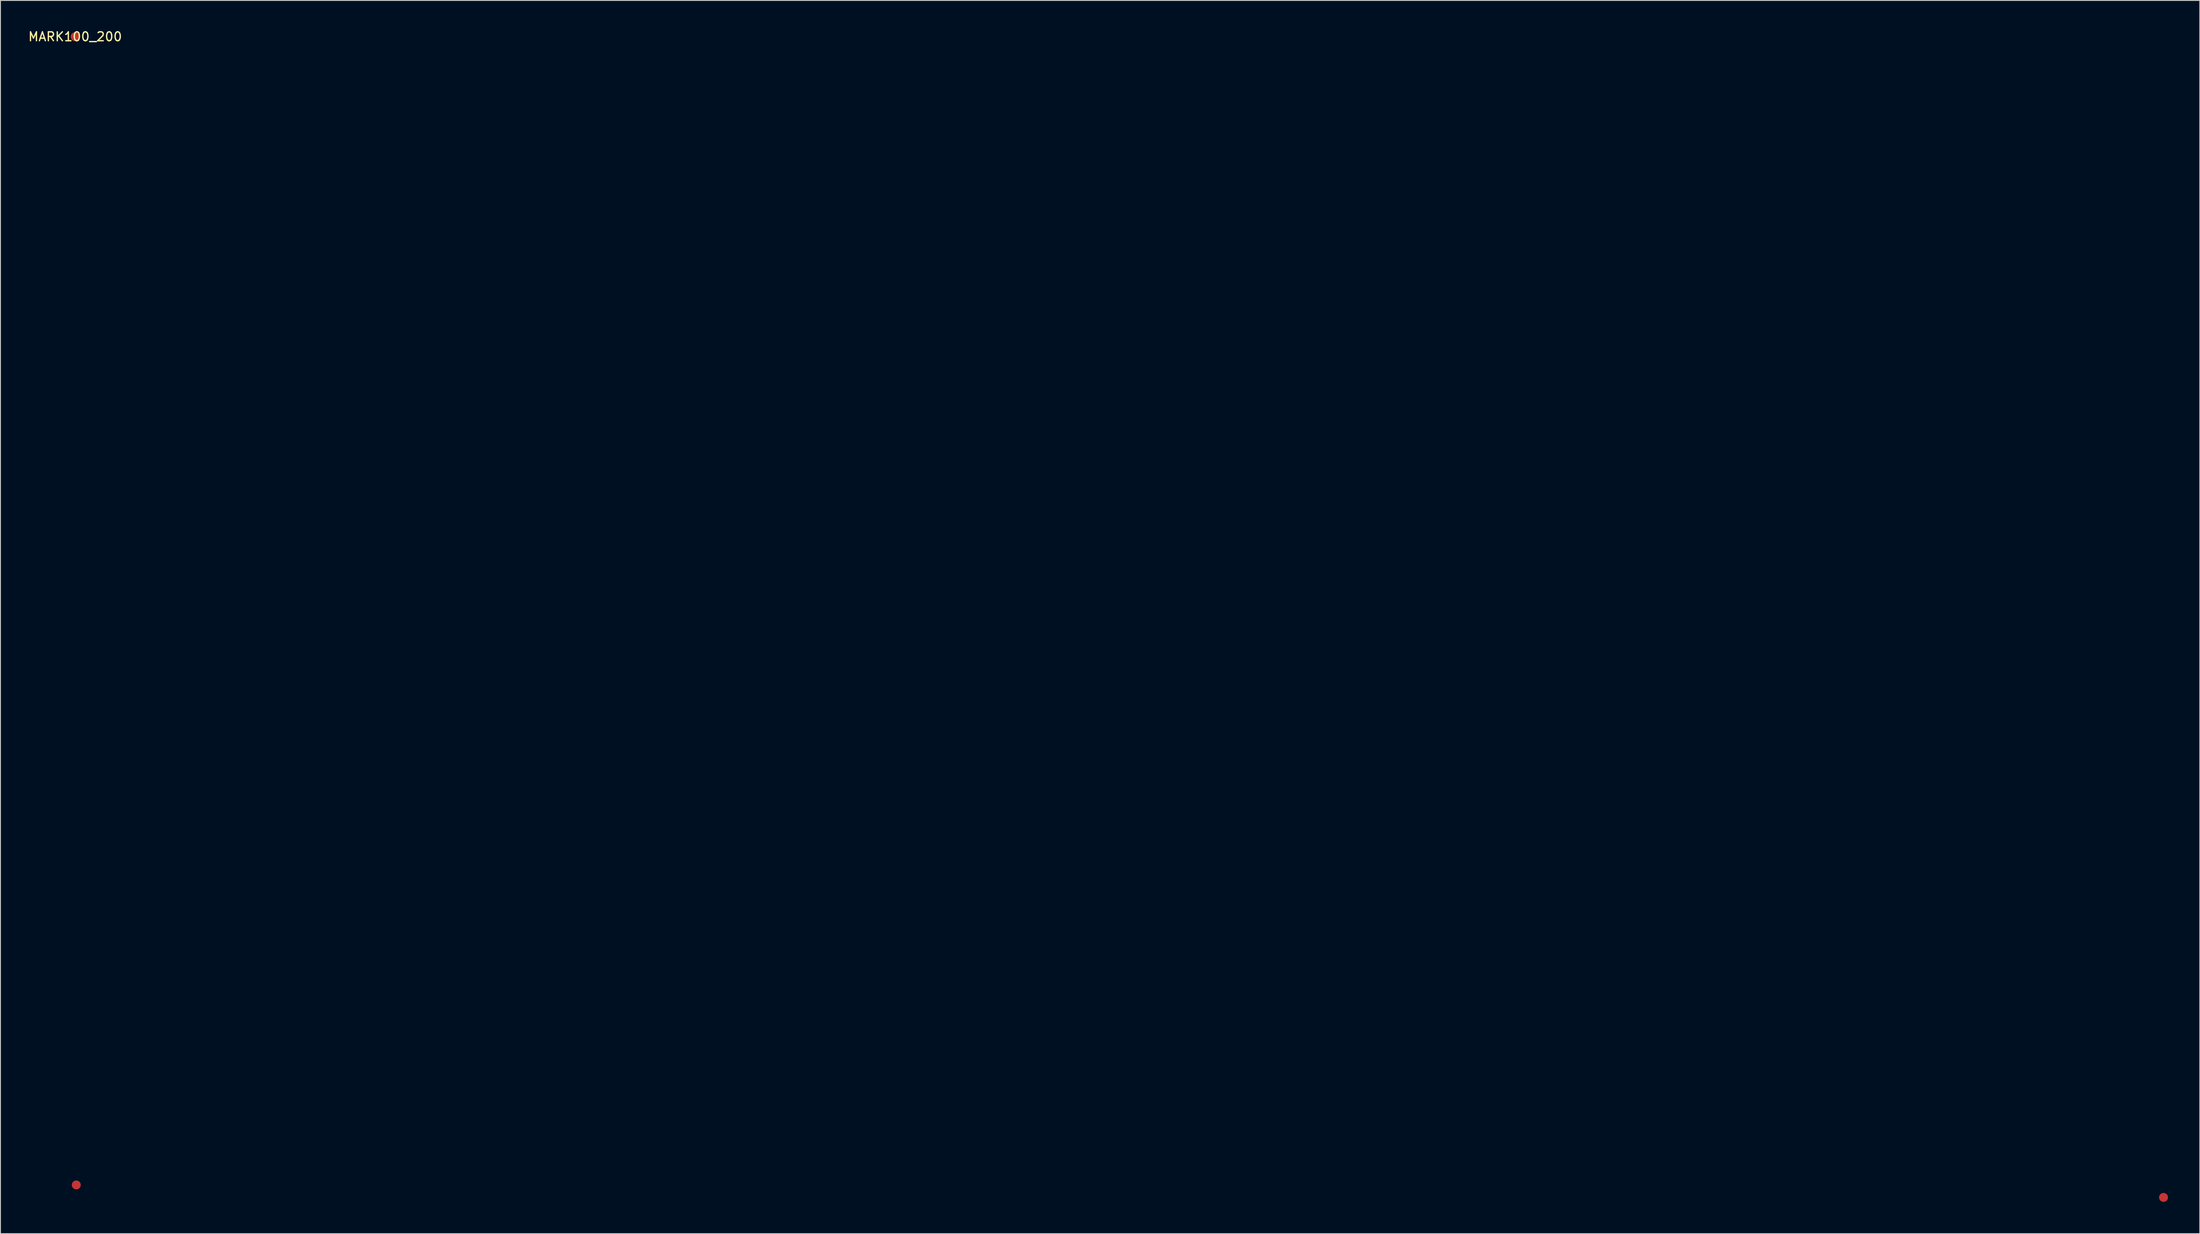
<source format=kicad_pcb>
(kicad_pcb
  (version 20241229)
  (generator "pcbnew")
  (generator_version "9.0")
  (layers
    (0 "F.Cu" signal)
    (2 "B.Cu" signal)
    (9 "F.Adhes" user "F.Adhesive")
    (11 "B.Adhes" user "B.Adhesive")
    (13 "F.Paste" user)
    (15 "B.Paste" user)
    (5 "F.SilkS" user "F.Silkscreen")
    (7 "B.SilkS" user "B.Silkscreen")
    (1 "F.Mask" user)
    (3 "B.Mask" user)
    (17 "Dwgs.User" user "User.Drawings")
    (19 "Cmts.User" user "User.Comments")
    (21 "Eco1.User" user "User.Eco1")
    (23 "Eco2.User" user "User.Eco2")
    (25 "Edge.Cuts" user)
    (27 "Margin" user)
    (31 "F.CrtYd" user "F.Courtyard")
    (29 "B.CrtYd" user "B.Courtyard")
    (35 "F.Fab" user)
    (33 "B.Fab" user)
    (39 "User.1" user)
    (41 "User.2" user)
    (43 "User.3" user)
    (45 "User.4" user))
  (footprint "MARK100_200"
    (layer "F.Cu")
    (at 5.363 1.058)
    (property "Reference" "MARK100_200" (at 0 0 0) (layer "F.SilkS") (effects (font (size 1 1) (thickness 0.15))))
    (fp_circle (center 0 0) (end 1 0) (stroke (width 0.025) (type default)) (fill no) (layer "User.1"))
    (fp_circle (center 0 0) (end 1 0) (stroke (width 0.025) (type default)) (fill no) (layer "User.1"))
    (fp_circle (center 0.127 128.651) (end 1.127 128.651) (stroke (width 0.025) (type default)) (fill no) (layer "User.1"))
    (fp_circle (center 0.127 128.651) (end 1.127 128.651) (stroke (width 0.025) (type default)) (fill no) (layer "User.1"))
    (fp_circle (center 233.807 130.048) (end 234.807 130.048) (stroke (width 0.025) (type default)) (fill no) (layer "User.1"))
    (fp_circle (center 233.807 130.048) (end 234.807 130.048) (stroke (width 0.025) (type default)) (fill no) (layer "User.1"))
    (fp_poly (pts (xy 1.008 0) (xy 0.975 -0.261) (xy 0.874 -0.504) (xy 0.713 -0.713) (xy 0.504 -0.874) (xy 0.261 -0.975) (xy 0 -1.008) (xy -0.261 -0.975) (xy -0.504 -0.874) (xy -0.713 -0.713) (xy -0.874 -0.504) (xy -0.975 -0.261) (xy -1.008 0) (xy -0.975 0.261) (xy -0.874 0.504) (xy -0.713 0.713) (xy -0.504 0.874) (xy -0.261 0.975) (xy 0 1.008) (xy 0.261 0.975) (xy 0.504 0.874) (xy 0.713 0.713) (xy 0.874 0.504) (xy 0.975 0.261)) (stroke (width 0.1) (type default)) (fill no) (layer "User.1"))
    (fp_poly (pts (xy 1.008 0) (xy 0.975 -0.261) (xy 0.874 -0.504) (xy 0.713 -0.713) (xy 0.504 -0.874) (xy 0.261 -0.975) (xy 0 -1.008) (xy -0.261 -0.975) (xy -0.504 -0.874) (xy -0.713 -0.713) (xy -0.874 -0.504) (xy -0.975 -0.261) (xy -1.008 0) (xy -0.975 0.261) (xy -0.874 0.504) (xy -0.713 0.713) (xy -0.504 0.874) (xy -0.261 0.975) (xy 0 1.008) (xy 0.261 0.975) (xy 0.504 0.874) (xy 0.713 0.713) (xy 0.874 0.504) (xy 0.975 0.261)) (stroke (width 0.1) (type default)) (fill no) (layer "User.1"))
    (fp_poly (pts (xy 1.008 0) (xy 0.975 -0.261) (xy 0.874 -0.504) (xy 0.713 -0.713) (xy 0.504 -0.874) (xy 0.261 -0.975) (xy 0 -1.008) (xy -0.261 -0.975) (xy -0.504 -0.874) (xy -0.713 -0.713) (xy -0.874 -0.504) (xy -0.975 -0.261) (xy -1.008 0) (xy -0.975 0.261) (xy -0.874 0.504) (xy -0.713 0.713) (xy -0.504 0.874) (xy -0.261 0.975) (xy 0 1.008) (xy 0.261 0.975) (xy 0.504 0.874) (xy 0.713 0.713) (xy 0.874 0.504) (xy 0.975 0.261)) (stroke (width 0.1) (type default)) (fill no) (layer "User.1"))
    (fp_poly (pts (xy 1.008 0) (xy 0.975 -0.261) (xy 0.874 -0.504) (xy 0.713 -0.713) (xy 0.504 -0.874) (xy 0.261 -0.975) (xy 0 -1.008) (xy -0.261 -0.975) (xy -0.504 -0.874) (xy -0.713 -0.713) (xy -0.874 -0.504) (xy -0.975 -0.261) (xy -1.008 0) (xy -0.975 0.261) (xy -0.874 0.504) (xy -0.713 0.713) (xy -0.504 0.874) (xy -0.261 0.975) (xy 0 1.008) (xy 0.261 0.975) (xy 0.504 0.874) (xy 0.713 0.713) (xy 0.874 0.504) (xy 0.975 0.261)) (stroke (width 0.1) (type default)) (fill no) (layer "User.1"))
    (fp_poly (pts (xy 1.135 128.651) (xy 1.101 128.39) (xy 1 128.147) (xy 0.84 127.938) (xy 0.631 127.778) (xy 0.388 127.677) (xy 0.127 127.642) (xy -0.134 127.677) (xy -0.378 127.778) (xy -0.586 127.938) (xy -0.747 128.147) (xy -0.848 128.39) (xy -0.881 128.651) (xy -0.848 128.912) (xy -0.747 129.155) (xy -0.586 129.364) (xy -0.378 129.524) (xy -0.134 129.625) (xy 0.127 129.66) (xy 0.388 129.625) (xy 0.631 129.524) (xy 0.84 129.364) (xy 1 129.155) (xy 1.101 128.912)) (stroke (width 0.1) (type default)) (fill no) (layer "User.1"))
    (fp_poly (pts (xy 1.135 128.651) (xy 1.101 128.39) (xy 1 128.147) (xy 0.84 127.938) (xy 0.631 127.778) (xy 0.388 127.677) (xy 0.127 127.642) (xy -0.134 127.677) (xy -0.378 127.778) (xy -0.586 127.938) (xy -0.747 128.147) (xy -0.848 128.39) (xy -0.881 128.651) (xy -0.848 128.912) (xy -0.747 129.155) (xy -0.586 129.364) (xy -0.378 129.524) (xy -0.134 129.625) (xy 0.127 129.66) (xy 0.388 129.625) (xy 0.631 129.524) (xy 0.84 129.364) (xy 1 129.155) (xy 1.101 128.912)) (stroke (width 0.1) (type default)) (fill no) (layer "User.1"))
    (fp_poly (pts (xy 1.135 128.651) (xy 1.101 128.39) (xy 1 128.147) (xy 0.84 127.938) (xy 0.631 127.778) (xy 0.388 127.677) (xy 0.127 127.642) (xy -0.134 127.677) (xy -0.378 127.778) (xy -0.586 127.938) (xy -0.747 128.147) (xy -0.848 128.39) (xy -0.881 128.651) (xy -0.848 128.912) (xy -0.747 129.155) (xy -0.586 129.364) (xy -0.378 129.524) (xy -0.134 129.625) (xy 0.127 129.66) (xy 0.388 129.625) (xy 0.631 129.524) (xy 0.84 129.364) (xy 1 129.155) (xy 1.101 128.912)) (stroke (width 0.1) (type default)) (fill no) (layer "User.1"))
    (fp_poly (pts (xy 1.135 128.651) (xy 1.101 128.39) (xy 1 128.147) (xy 0.84 127.938) (xy 0.631 127.778) (xy 0.388 127.677) (xy 0.127 127.642) (xy -0.134 127.677) (xy -0.378 127.778) (xy -0.586 127.938) (xy -0.747 128.147) (xy -0.848 128.39) (xy -0.881 128.651) (xy -0.848 128.912) (xy -0.747 129.155) (xy -0.586 129.364) (xy -0.378 129.524) (xy -0.134 129.625) (xy 0.127 129.66) (xy 0.388 129.625) (xy 0.631 129.524) (xy 0.84 129.364) (xy 1 129.155) (xy 1.101 128.912)) (stroke (width 0.1) (type default)) (fill no) (layer "User.1"))
    (fp_poly (pts (xy 234.815 130.048) (xy 234.781 129.787) (xy 234.68 129.543) (xy 234.52 129.335) (xy 234.311 129.174) (xy 234.068 129.073) (xy 233.807 129.04) (xy 233.546 129.073) (xy 233.303 129.174) (xy 233.094 129.335) (xy 232.934 129.543) (xy 232.833 129.787) (xy 232.798 130.048) (xy 232.833 130.309) (xy 232.934 130.553) (xy 233.094 130.761) (xy 233.303 130.922) (xy 233.546 131.023) (xy 233.807 131.056) (xy 234.068 131.023) (xy 234.311 130.922) (xy 234.52 130.761) (xy 234.68 130.553) (xy 234.781 130.309)) (stroke (width 0.1) (type default)) (fill no) (layer "User.1"))
    (fp_poly (pts (xy 234.815 130.048) (xy 234.781 129.787) (xy 234.68 129.543) (xy 234.52 129.335) (xy 234.311 129.174) (xy 234.068 129.073) (xy 233.807 129.04) (xy 233.546 129.073) (xy 233.303 129.174) (xy 233.094 129.335) (xy 232.934 129.543) (xy 232.833 129.787) (xy 232.798 130.048) (xy 232.833 130.309) (xy 232.934 130.553) (xy 233.094 130.761) (xy 233.303 130.922) (xy 233.546 131.023) (xy 233.807 131.056) (xy 234.068 131.023) (xy 234.311 130.922) (xy 234.52 130.761) (xy 234.68 130.553) (xy 234.781 130.309)) (stroke (width 0.1) (type default)) (fill no) (layer "User.1"))
    (fp_poly (pts (xy 234.815 130.048) (xy 234.781 129.787) (xy 234.68 129.543) (xy 234.52 129.335) (xy 234.311 129.174) (xy 234.068 129.073) (xy 233.807 129.04) (xy 233.546 129.073) (xy 233.303 129.174) (xy 233.094 129.335) (xy 232.934 129.543) (xy 232.833 129.787) (xy 232.798 130.048) (xy 232.833 130.309) (xy 232.934 130.553) (xy 233.094 130.761) (xy 233.303 130.922) (xy 233.546 131.023) (xy 233.807 131.056) (xy 234.068 131.023) (xy 234.311 130.922) (xy 234.52 130.761) (xy 234.68 130.553) (xy 234.781 130.309)) (stroke (width 0.1) (type default)) (fill no) (layer "User.1"))
    (fp_poly (pts (xy 234.815 130.048) (xy 234.781 129.787) (xy 234.68 129.543) (xy 234.52 129.335) (xy 234.311 129.174) (xy 234.068 129.073) (xy 233.807 129.04) (xy 233.546 129.073) (xy 233.303 129.174) (xy 233.094 129.335) (xy 232.934 129.543) (xy 232.833 129.787) (xy 232.798 130.048) (xy 232.833 130.309) (xy 232.934 130.553) (xy 233.094 130.761) (xy 233.303 130.922) (xy 233.546 131.023) (xy 233.807 131.056) (xy 234.068 131.023) (xy 234.311 130.922) (xy 234.52 130.761) (xy 234.68 130.553) (xy 234.781 130.309)) (stroke (width 0.1) (type default)) (fill no) (layer "User.1"))
    (pad "1" smd circle (at 0 0) (size 1 1) (layers "F.Cu" "F.Mask" "F.Paste"))
    (pad "1" smd circle (at 0.127 128.651) (size 1 1) (layers "F.Cu" "F.Mask" "F.Paste"))
    (pad "1" smd circle (at 233.807 130.048) (size 1 1) (layers "F.Cu" "F.Mask" "F.Paste"))
    (zone (net_name "") (layer "F.Cu") (hatch edge 0.5) (connect_pads) (min_thickness 0.25) (filled_areas_thickness no) (keepout (tracks not_allowed) (vias not_allowed) (pads not_allowed) (copperpour not_allowed) (footprints allowed)) (placement (enabled no)) (fill) (polygon (pts (xy 5.624 0.084) (xy 5.868 0.185) (xy 6.076 0.345) (xy 6.237 0.554) (xy 6.338 0.797) (xy 6.372 1.058) (xy 6.338 1.319) (xy 6.237 1.563) (xy 6.076 1.772) (xy 5.868 1.932) (xy 5.624 2.033) (xy 5.363 2.067) (xy 5.102 2.033) (xy 4.859 1.932) (xy 4.65 1.772) (xy 4.49 1.563) (xy 4.389 1.319) (xy 4.355 1.058) (xy 4.389 0.797) (xy 4.49 0.554) (xy 4.65 0.345) (xy 4.859 0.185) (xy 5.102 0.084) (xy 5.363 0.05))))
    (zone (net_name "") (layer "F.Cu") (hatch edge 0.5) (connect_pads) (min_thickness 0.25) (filled_areas_thickness no) (keepout (tracks not_allowed) (vias not_allowed) (pads not_allowed) (copperpour not_allowed) (footprints allowed)) (placement (enabled no)) (fill) (polygon (pts (xy 5.751 128.735) (xy 5.995 128.836) (xy 6.203 128.996) (xy 6.364 129.205) (xy 6.465 129.448) (xy 6.499 129.709) (xy 6.465 129.97) (xy 6.364 130.214) (xy 6.203 130.423) (xy 5.995 130.583) (xy 5.751 130.684) (xy 5.49 130.718) (xy 5.229 130.684) (xy 4.986 130.583) (xy 4.777 130.423) (xy 4.617 130.214) (xy 4.516 129.97) (xy 4.482 129.709) (xy 4.516 129.448) (xy 4.617 129.205) (xy 4.777 128.996) (xy 4.986 128.836) (xy 5.229 128.735) (xy 5.49 128.701))))
    (zone (net_name "") (layer "F.Cu") (hatch edge 0.5) (connect_pads) (min_thickness 0.25) (filled_areas_thickness no) (keepout (tracks not_allowed) (vias not_allowed) (pads not_allowed) (copperpour not_allowed) (footprints allowed)) (placement (enabled no)) (fill) (polygon (pts (xy 239.431 130.132) (xy 239.675 130.233) (xy 239.883 130.393) (xy 240.044 130.602) (xy 240.145 130.845) (xy 240.179 131.107) (xy 240.145 131.368) (xy 240.044 131.611) (xy 239.883 131.82) (xy 239.675 131.98) (xy 239.431 132.081) (xy 239.17 132.115) (xy 238.909 132.081) (xy 238.666 131.98) (xy 238.457 131.82) (xy 238.297 131.611) (xy 238.196 131.368) (xy 238.162 131.107) (xy 238.196 130.845) (xy 238.297 130.602) (xy 238.457 130.393) (xy 238.666 130.233) (xy 238.909 130.132) (xy 239.17 130.098))))
    (zone (net_name "") (layer "B.Cu") (hatch edge 0.5) (connect_pads) (min_thickness 0.25) (filled_areas_thickness no) (keepout (tracks not_allowed) (vias not_allowed) (pads not_allowed) (copperpour not_allowed) (footprints allowed)) (placement (enabled no)) (fill) (polygon (pts (xy 5.624 0.084) (xy 5.868 0.185) (xy 6.076 0.345) (xy 6.237 0.554) (xy 6.338 0.797) (xy 6.372 1.058) (xy 6.338 1.319) (xy 6.237 1.563) (xy 6.076 1.772) (xy 5.868 1.932) (xy 5.624 2.033) (xy 5.363 2.067) (xy 5.102 2.033) (xy 4.859 1.932) (xy 4.65 1.772) (xy 4.49 1.563) (xy 4.389 1.319) (xy 4.355 1.058) (xy 4.389 0.797) (xy 4.49 0.554) (xy 4.65 0.345) (xy 4.859 0.185) (xy 5.102 0.084) (xy 5.363 0.05))))
    (zone (net_name "") (layer "B.Cu") (hatch edge 0.5) (connect_pads) (min_thickness 0.25) (filled_areas_thickness no) (keepout (tracks not_allowed) (vias not_allowed) (pads not_allowed) (copperpour not_allowed) (footprints allowed)) (placement (enabled no)) (fill) (polygon (pts (xy 5.751 128.735) (xy 5.995 128.836) (xy 6.203 128.996) (xy 6.364 129.205) (xy 6.465 129.448) (xy 6.499 129.709) (xy 6.465 129.97) (xy 6.364 130.214) (xy 6.203 130.423) (xy 5.995 130.583) (xy 5.751 130.684) (xy 5.49 130.718) (xy 5.229 130.684) (xy 4.986 130.583) (xy 4.777 130.423) (xy 4.617 130.214) (xy 4.516 129.97) (xy 4.482 129.709) (xy 4.516 129.448) (xy 4.617 129.205) (xy 4.777 128.996) (xy 4.986 128.836) (xy 5.229 128.735) (xy 5.49 128.701))))
    (zone (net_name "") (layer "B.Cu") (hatch edge 0.5) (connect_pads) (min_thickness 0.25) (filled_areas_thickness no) (keepout (tracks not_allowed) (vias not_allowed) (pads not_allowed) (copperpour not_allowed) (footprints allowed)) (placement (enabled no)) (fill) (polygon (pts (xy 239.431 130.132) (xy 239.675 130.233) (xy 239.883 130.393) (xy 240.044 130.602) (xy 240.145 130.845) (xy 240.179 131.107) (xy 240.145 131.368) (xy 240.044 131.611) (xy 239.883 131.82) (xy 239.675 131.98) (xy 239.431 132.081) (xy 239.17 132.115) (xy 238.909 132.081) (xy 238.666 131.98) (xy 238.457 131.82) (xy 238.297 131.611) (xy 238.196 131.368) (xy 238.162 131.107) (xy 238.196 130.845) (xy 238.297 130.602) (xy 238.457 130.393) (xy 238.666 130.233) (xy 238.909 130.132) (xy 239.17 130.098)))))
  (gr_rect
    (start -3 -3)
    (end 243.229 135.165)
    (stroke (width 0.1) (type default))
    (fill no)
    (layer "Edge.Cuts")))
</source>
